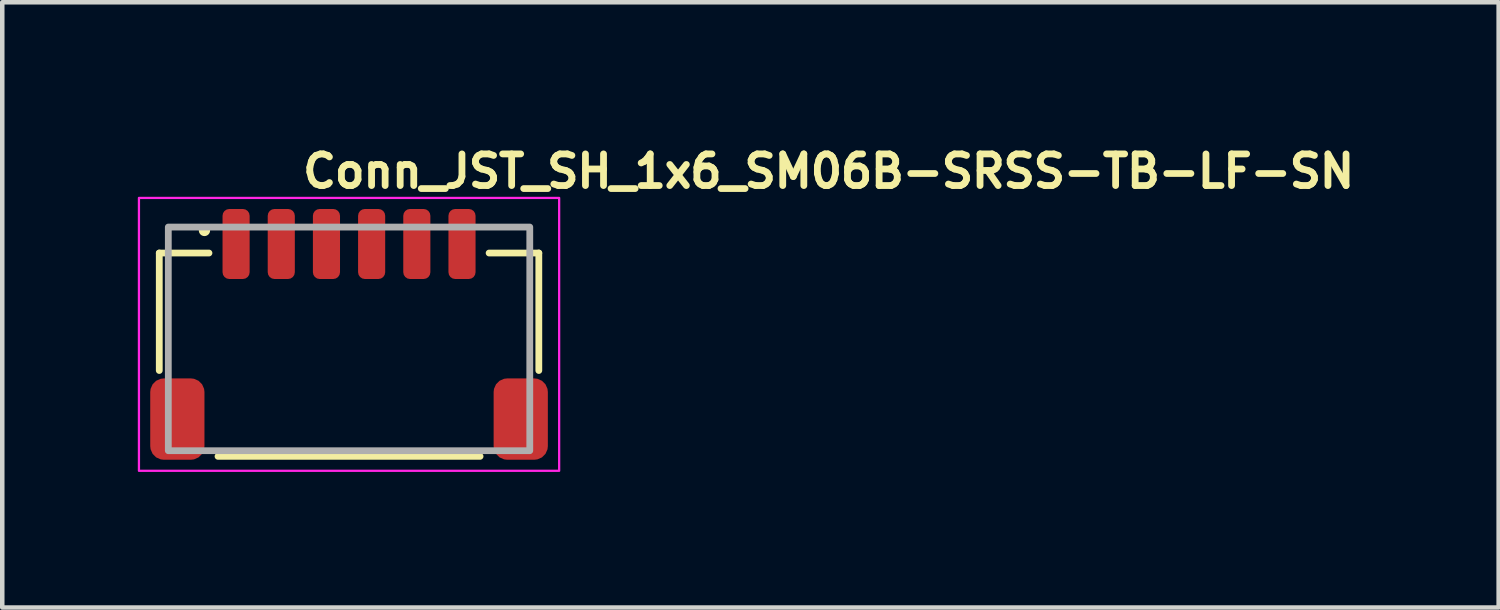
<source format=kicad_pcb>
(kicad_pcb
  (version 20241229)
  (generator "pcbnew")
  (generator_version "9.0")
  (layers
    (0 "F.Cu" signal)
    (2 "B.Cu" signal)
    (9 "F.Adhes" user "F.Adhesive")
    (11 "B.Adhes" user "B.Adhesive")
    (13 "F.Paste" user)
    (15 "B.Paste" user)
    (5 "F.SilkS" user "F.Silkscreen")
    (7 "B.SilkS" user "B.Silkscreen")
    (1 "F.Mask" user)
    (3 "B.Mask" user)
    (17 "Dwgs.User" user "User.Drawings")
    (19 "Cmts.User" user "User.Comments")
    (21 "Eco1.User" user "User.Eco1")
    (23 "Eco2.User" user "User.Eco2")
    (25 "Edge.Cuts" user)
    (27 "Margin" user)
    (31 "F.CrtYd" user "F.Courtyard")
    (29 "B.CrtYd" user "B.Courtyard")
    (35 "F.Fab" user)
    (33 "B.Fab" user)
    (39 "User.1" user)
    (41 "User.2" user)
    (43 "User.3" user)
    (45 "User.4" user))
  (footprint "Conn_JST_SH_1x6_SM06B-SRSS-TB-LF-SN"
    (layer "F.Cu")
    (at 4.675 4.45)
    (property "Reference" "Conn_JST_SH_1x6_SM06B-SRSS-TB-LF-SN" (at -1.1 -3.3 0) (layer "F.SilkS") (effects (font (size 0.7 0.7) (thickness 0.15)) (justify left bottom)))
    (attr smd)
    (fp_line (start -4.2 -1.9) (end -4.2 0.7) (stroke (width 0.15) (type solid)) (layer "F.SilkS"))
    (fp_line (start -3.1 -1.9) (end -4.2 -1.9) (stroke (width 0.15) (type solid)) (layer "F.SilkS"))
    (fp_line (start -2.9 2.6) (end 2.9 2.6) (stroke (width 0.15) (type solid)) (layer "F.SilkS"))
    (fp_line (start 3.1 -1.9) (end 4.2 -1.9) (stroke (width 0.15) (type solid)) (layer "F.SilkS"))
    (fp_line (start 4.2 -1.9) (end 4.2 0.7) (stroke (width 0.15) (type solid)) (layer "F.SilkS"))
    (fp_circle (center -3.2 -2.4) (end -3.15 -2.4) (stroke (width 0.15) (type solid)) (fill yes) (layer "F.SilkS"))
    (fp_rect (start -4.65 -3.12) (end 4.65 2.92) (stroke (width 0.05) (type solid)) (fill no) (layer "F.CrtYd"))
    (fp_rect (start -4 -2.475) (end 4 2.475) (stroke (width 0.15) (type solid)) (fill no) (layer "F.Fab"))
    (fp_rect (start -4 -2.475) (end 4 2.475) (stroke (width 0.1) (type solid)) (fill no) (layer "User.5"))
    (fp_line (start -4 -1.775) (end -4 -1.175) (stroke (width 0.02) (type solid)) (layer "User.9"))
    (fp_line (start -4 -1.175) (end -4 -1.125) (stroke (width 0.02) (type solid)) (layer "User.9"))
    (fp_line (start -4 -1.125) (end -4 -0.525) (stroke (width 0.02) (type solid)) (layer "User.9"))
    (fp_line (start -4 -0.325) (end -4 -0.525) (stroke (width 0.02) (type solid)) (layer "User.9"))
    (fp_line (start -4 -0.325) (end -3.9 -0.275) (stroke (width 0.02) (type solid)) (layer "User.9"))
    (fp_line (start -4 2.475) (end -4 -0.325) (stroke (width 0.02) (type solid)) (layer "User.9"))
    (fp_line (start -3.9 -0.275) (end -3.9 2.475) (stroke (width 0.02) (type solid)) (layer "User.9"))
    (fp_line (start -3.9 2.475) (end -4 2.475) (stroke (width 0.02) (type solid)) (layer "User.9"))
    (fp_line (start -3.7 -1.175) (end -4 -1.175) (stroke (width 0.02) (type solid)) (layer "User.9"))
    (fp_line (start -3.7 -1.125) (end -4 -1.125) (stroke (width 0.02) (type solid)) (layer "User.9"))
    (fp_line (start -3.7 -1.125) (end -3.7 -1.175) (stroke (width 0.02) (type solid)) (layer "User.9"))
    (fp_line (start -3.7 -0.525) (end -4 -0.525) (stroke (width 0.02) (type solid)) (layer "User.9"))
    (fp_line (start -3.7 -0.525) (end -3.7 -1.125) (stroke (width 0.02) (type solid)) (layer "User.9"))
    (fp_line (start -3.7 -0.525) (end -3.7 -0.275) (stroke (width 0.02) (type solid)) (layer "User.9"))
    (fp_line (start -3.7 -0.275) (end -3.9 -0.275) (stroke (width 0.02) (type solid)) (layer "User.9"))
    (fp_line (start -3.5 -1.775) (end -4 -1.775) (stroke (width 0.02) (type solid)) (layer "User.9"))
    (fp_line (start -3.5 -1.775) (end -3.5 -1.175) (stroke (width 0.02) (type solid)) (layer "User.9"))
    (fp_line (start -3.5 -1.775) (end -2.725 -1.775) (stroke (width 0.02) (type solid)) (layer "User.9"))
    (fp_line (start -3.5 -1.175) (end -3.45 -1.175) (stroke (width 0.02) (type solid)) (layer "User.9"))
    (fp_line (start -3.5 -0.275) (end -3.5 -1.175) (stroke (width 0.02) (type solid)) (layer "User.9"))
    (fp_line (start -3.45 -1.175) (end -3.45 -0.275) (stroke (width 0.02) (type solid)) (layer "User.9"))
    (fp_line (start -3.45 -0.275) (end -3.7 -0.275) (stroke (width 0.02) (type solid)) (layer "User.9"))
    (fp_line (start -2.575 -2.475) (end -2.575 -2.475) (stroke (width 0.02) (type solid)) (layer "User.9"))
    (fp_line (start -2.575 -2.475) (end -2.575 -2.474) (stroke (width 0.02) (type solid)) (layer "User.9"))
    (fp_line (start -2.575 -2.475) (end -2.425 -2.475) (stroke (width 0.02) (type solid)) (layer "User.9"))
    (fp_line (start -2.575 -2.475) (end -2.425 -2.475) (stroke (width 0.02) (type solid)) (layer "User.9"))
    (fp_line (start -2.575 -2.474) (end -2.575 -2.472) (stroke (width 0.02) (type solid)) (layer "User.9"))
    (fp_line (start -2.575 -2.472) (end -2.575 -2.47) (stroke (width 0.02) (type solid)) (layer "User.9"))
    (fp_line (start -2.575 -2.47) (end -2.575 -2.467) (stroke (width 0.02) (type solid)) (layer "User.9"))
    (fp_line (start -2.575 -2.467) (end -2.575 -2.464) (stroke (width 0.02) (type solid)) (layer "User.9"))
    (fp_line (start -2.575 -2.464) (end -2.575 -2.46) (stroke (width 0.02) (type solid)) (layer "User.9"))
    (fp_line (start -2.575 -2.46) (end -2.575 -2.456) (stroke (width 0.02) (type solid)) (layer "User.9"))
    (fp_line (start -2.575 -2.456) (end -2.575 -2.452) (stroke (width 0.02) (type solid)) (layer "User.9"))
    (fp_line (start -2.575 -2.452) (end -2.575 -2.447) (stroke (width 0.02) (type solid)) (layer "User.9"))
    (fp_line (start -2.575 -2.447) (end -2.575 -2.442) (stroke (width 0.02) (type solid)) (layer "User.9"))
    (fp_line (start -2.575 -2.442) (end -2.575 -2.436) (stroke (width 0.02) (type solid)) (layer "User.9"))
    (fp_line (start -2.575 -2.436) (end -2.575 -2.431) (stroke (width 0.02) (type solid)) (layer "User.9"))
    (fp_line (start -2.575 -2.431) (end -2.575 -2.425) (stroke (width 0.02) (type solid)) (layer "User.9"))
    (fp_line (start -2.575 -2.425) (end -2.575 -1.999) (stroke (width 0.02) (type solid)) (layer "User.9"))
    (fp_line (start -2.575 -2.425) (end -2.425 -2.425) (stroke (width 0.02) (type solid)) (layer "User.9"))
    (fp_line (start -2.575 -1.999) (end -2.575 -1.625) (stroke (width 0.02) (type solid)) (layer "User.9"))
    (fp_line (start -2.575 -1.999) (end -2.425 -1.999) (stroke (width 0.02) (type solid)) (layer "User.9"))
    (fp_line (start -2.575 -1.625) (end -2.725 -1.775) (stroke (width 0.02) (type solid)) (layer "User.9"))
    (fp_line (start -2.575 -1.625) (end -2.575 -1.175) (stroke (width 0.02) (type solid)) (layer "User.9"))
    (fp_line (start -2.575 -1.175) (end -2.575 -1.625) (stroke (width 0.02) (type solid)) (layer "User.9"))
    (fp_line (start -2.425 -2.475) (end -2.425 -2.475) (stroke (width 0.02) (type solid)) (layer "User.9"))
    (fp_line (start -2.425 -2.475) (end -2.425 -2.474) (stroke (width 0.02) (type solid)) (layer "User.9"))
    (fp_line (start -2.425 -2.474) (end -2.425 -2.472) (stroke (width 0.02) (type solid)) (layer "User.9"))
    (fp_line (start -2.425 -2.472) (end -2.425 -2.47) (stroke (width 0.02) (type solid)) (layer "User.9"))
    (fp_line (start -2.425 -2.47) (end -2.425 -2.467) (stroke (width 0.02) (type solid)) (layer "User.9"))
    (fp_line (start -2.425 -2.467) (end -2.425 -2.464) (stroke (width 0.02) (type solid)) (layer "User.9"))
    (fp_line (start -2.425 -2.464) (end -2.425 -2.46) (stroke (width 0.02) (type solid)) (layer "User.9"))
    (fp_line (start -2.425 -2.46) (end -2.425 -2.456) (stroke (width 0.02) (type solid)) (layer "User.9"))
    (fp_line (start -2.425 -2.456) (end -2.425 -2.452) (stroke (width 0.02) (type solid)) (layer "User.9"))
    (fp_line (start -2.425 -2.452) (end -2.425 -2.447) (stroke (width 0.02) (type solid)) (layer "User.9"))
    (fp_line (start -2.425 -2.447) (end -2.425 -2.442) (stroke (width 0.02) (type solid)) (layer "User.9"))
    (fp_line (start -2.425 -2.442) (end -2.425 -2.436) (stroke (width 0.02) (type solid)) (layer "User.9"))
    (fp_line (start -2.425 -2.436) (end -2.425 -2.431) (stroke (width 0.02) (type solid)) (layer "User.9"))
    (fp_line (start -2.425 -2.431) (end -2.425 -2.425) (stroke (width 0.02) (type solid)) (layer "User.9"))
    (fp_line (start -2.425 -2.425) (end -2.425 -1.999) (stroke (width 0.02) (type solid)) (layer "User.9"))
    (fp_line (start -2.425 -1.999) (end -2.425 -1.625) (stroke (width 0.02) (type solid)) (layer "User.9"))
    (fp_line (start -2.425 -1.625) (end -2.575 -1.625) (stroke (width 0.02) (type solid)) (layer "User.9"))
    (fp_line (start -2.425 -1.625) (end -2.425 -1.175) (stroke (width 0.02) (type solid)) (layer "User.9"))
    (fp_line (start -2.425 -1.175) (end -2.425 -1.625) (stroke (width 0.02) (type solid)) (layer "User.9"))
    (fp_line (start -2.275 -1.775) (end -2.425 -1.625) (stroke (width 0.02) (type solid)) (layer "User.9"))
    (fp_line (start -2.275 -1.775) (end -1.725 -1.775) (stroke (width 0.02) (type solid)) (layer "User.9"))
    (fp_line (start -1.575 -2.475) (end -1.575 -2.475) (stroke (width 0.02) (type solid)) (layer "User.9"))
    (fp_line (start -1.575 -2.475) (end -1.575 -2.474) (stroke (width 0.02) (type solid)) (layer "User.9"))
    (fp_line (start -1.575 -2.475) (end -1.425 -2.475) (stroke (width 0.02) (type solid)) (layer "User.9"))
    (fp_line (start -1.575 -2.475) (end -1.425 -2.475) (stroke (width 0.02) (type solid)) (layer "User.9"))
    (fp_line (start -1.575 -2.474) (end -1.575 -2.472) (stroke (width 0.02) (type solid)) (layer "User.9"))
    (fp_line (start -1.575 -2.472) (end -1.575 -2.47) (stroke (width 0.02) (type solid)) (layer "User.9"))
    (fp_line (start -1.575 -2.47) (end -1.575 -2.467) (stroke (width 0.02) (type solid)) (layer "User.9"))
    (fp_line (start -1.575 -2.467) (end -1.575 -2.464) (stroke (width 0.02) (type solid)) (layer "User.9"))
    (fp_line (start -1.575 -2.464) (end -1.575 -2.46) (stroke (width 0.02) (type solid)) (layer "User.9"))
    (fp_line (start -1.575 -2.46) (end -1.575 -2.456) (stroke (width 0.02) (type solid)) (layer "User.9"))
    (fp_line (start -1.575 -2.456) (end -1.575 -2.452) (stroke (width 0.02) (type solid)) (layer "User.9"))
    (fp_line (start -1.575 -2.452) (end -1.575 -2.447) (stroke (width 0.02) (type solid)) (layer "User.9"))
    (fp_line (start -1.575 -2.447) (end -1.575 -2.442) (stroke (width 0.02) (type solid)) (layer "User.9"))
    (fp_line (start -1.575 -2.442) (end -1.575 -2.436) (stroke (width 0.02) (type solid)) (layer "User.9"))
    (fp_line (start -1.575 -2.436) (end -1.575 -2.431) (stroke (width 0.02) (type solid)) (layer "User.9"))
    (fp_line (start -1.575 -2.431) (end -1.575 -2.425) (stroke (width 0.02) (type solid)) (layer "User.9"))
    (fp_line (start -1.575 -2.425) (end -1.575 -1.999) (stroke (width 0.02) (type solid)) (layer "User.9"))
    (fp_line (start -1.575 -2.425) (end -1.425 -2.425) (stroke (width 0.02) (type solid)) (layer "User.9"))
    (fp_line (start -1.575 -1.999) (end -1.575 -1.625) (stroke (width 0.02) (type solid)) (layer "User.9"))
    (fp_line (start -1.575 -1.999) (end -1.425 -1.999) (stroke (width 0.02) (type solid)) (layer "User.9"))
    (fp_line (start -1.575 -1.625) (end -1.725 -1.775) (stroke (width 0.02) (type solid)) (layer "User.9"))
    (fp_line (start -1.575 -1.625) (end -1.575 -1.175) (stroke (width 0.02) (type solid)) (layer "User.9"))
    (fp_line (start -1.575 -1.175) (end -1.575 -1.625) (stroke (width 0.02) (type solid)) (layer "User.9"))
    (fp_line (start -1.425 -2.475) (end -1.425 -2.475) (stroke (width 0.02) (type solid)) (layer "User.9"))
    (fp_line (start -1.425 -2.475) (end -1.425 -2.474) (stroke (width 0.02) (type solid)) (layer "User.9"))
    (fp_line (start -1.425 -2.474) (end -1.425 -2.472) (stroke (width 0.02) (type solid)) (layer "User.9"))
    (fp_line (start -1.425 -2.472) (end -1.425 -2.47) (stroke (width 0.02) (type solid)) (layer "User.9"))
    (fp_line (start -1.425 -2.47) (end -1.425 -2.467) (stroke (width 0.02) (type solid)) (layer "User.9"))
    (fp_line (start -1.425 -2.467) (end -1.425 -2.464) (stroke (width 0.02) (type solid)) (layer "User.9"))
    (fp_line (start -1.425 -2.464) (end -1.425 -2.46) (stroke (width 0.02) (type solid)) (layer "User.9"))
    (fp_line (start -1.425 -2.46) (end -1.425 -2.456) (stroke (width 0.02) (type solid)) (layer "User.9"))
    (fp_line (start -1.425 -2.456) (end -1.425 -2.452) (stroke (width 0.02) (type solid)) (layer "User.9"))
    (fp_line (start -1.425 -2.452) (end -1.425 -2.447) (stroke (width 0.02) (type solid)) (layer "User.9"))
    (fp_line (start -1.425 -2.447) (end -1.425 -2.442) (stroke (width 0.02) (type solid)) (layer "User.9"))
    (fp_line (start -1.425 -2.442) (end -1.425 -2.436) (stroke (width 0.02) (type solid)) (layer "User.9"))
    (fp_line (start -1.425 -2.436) (end -1.425 -2.431) (stroke (width 0.02) (type solid)) (layer "User.9"))
    (fp_line (start -1.425 -2.431) (end -1.425 -2.425) (stroke (width 0.02) (type solid)) (layer "User.9"))
    (fp_line (start -1.425 -2.425) (end -1.425 -1.999) (stroke (width 0.02) (type solid)) (layer "User.9"))
    (fp_line (start -1.425 -1.999) (end -1.425 -1.625) (stroke (width 0.02) (type solid)) (layer "User.9"))
    (fp_line (start -1.425 -1.625) (end -1.575 -1.625) (stroke (width 0.02) (type solid)) (layer "User.9"))
    (fp_line (start -1.425 -1.625) (end -1.425 -1.175) (stroke (width 0.02) (type solid)) (layer "User.9"))
    (fp_line (start -1.425 -1.175) (end -1.425 -1.625) (stroke (width 0.02) (type solid)) (layer "User.9"))
    (fp_line (start -1.275 -1.775) (end -1.425 -1.625) (stroke (width 0.02) (type solid)) (layer "User.9"))
    (fp_line (start -1.275 -1.775) (end -0.725 -1.775) (stroke (width 0.02) (type solid)) (layer "User.9"))
    (fp_line (start -0.725 -1.775) (end -0.575 -1.625) (stroke (width 0.02) (type solid)) (layer "User.9"))
    (fp_line (start -0.575 -2.475) (end -0.575 -2.475) (stroke (width 0.02) (type solid)) (layer "User.9"))
    (fp_line (start -0.575 -2.475) (end -0.575 -2.474) (stroke (width 0.02) (type solid)) (layer "User.9"))
    (fp_line (start -0.575 -2.475) (end -0.425 -2.475) (stroke (width 0.02) (type solid)) (layer "User.9"))
    (fp_line (start -0.575 -2.475) (end -0.425 -2.475) (stroke (width 0.02) (type solid)) (layer "User.9"))
    (fp_line (start -0.575 -2.474) (end -0.575 -2.472) (stroke (width 0.02) (type solid)) (layer "User.9"))
    (fp_line (start -0.575 -2.472) (end -0.575 -2.47) (stroke (width 0.02) (type solid)) (layer "User.9"))
    (fp_line (start -0.575 -2.47) (end -0.575 -2.467) (stroke (width 0.02) (type solid)) (layer "User.9"))
    (fp_line (start -0.575 -2.467) (end -0.575 -2.464) (stroke (width 0.02) (type solid)) (layer "User.9"))
    (fp_line (start -0.575 -2.464) (end -0.575 -2.46) (stroke (width 0.02) (type solid)) (layer "User.9"))
    (fp_line (start -0.575 -2.46) (end -0.575 -2.456) (stroke (width 0.02) (type solid)) (layer "User.9"))
    (fp_line (start -0.575 -2.456) (end -0.575 -2.452) (stroke (width 0.02) (type solid)) (layer "User.9"))
    (fp_line (start -0.575 -2.452) (end -0.575 -2.447) (stroke (width 0.02) (type solid)) (layer "User.9"))
    (fp_line (start -0.575 -2.447) (end -0.575 -2.442) (stroke (width 0.02) (type solid)) (layer "User.9"))
    (fp_line (start -0.575 -2.442) (end -0.575 -2.436) (stroke (width 0.02) (type solid)) (layer "User.9"))
    (fp_line (start -0.575 -2.436) (end -0.575 -2.431) (stroke (width 0.02) (type solid)) (layer "User.9"))
    (fp_line (start -0.575 -2.431) (end -0.575 -2.425) (stroke (width 0.02) (type solid)) (layer "User.9"))
    (fp_line (start -0.575 -2.425) (end -0.575 -1.999) (stroke (width 0.02) (type solid)) (layer "User.9"))
    (fp_line (start -0.575 -2.425) (end -0.425 -2.425) (stroke (width 0.02) (type solid)) (layer "User.9"))
    (fp_line (start -0.575 -1.999) (end -0.575 -1.625) (stroke (width 0.02) (type solid)) (layer "User.9"))
    (fp_line (start -0.575 -1.999) (end -0.425 -1.999) (stroke (width 0.02) (type solid)) (layer "User.9"))
    (fp_line (start -0.575 -1.625) (end -0.575 -1.175) (stroke (width 0.02) (type solid)) (layer "User.9"))
    (fp_line (start -0.575 -1.625) (end -0.575 -1.175) (stroke (width 0.02) (type solid)) (layer "User.9"))
    (fp_line (start -0.425 -2.475) (end -0.425 -2.475) (stroke (width 0.02) (type solid)) (layer "User.9"))
    (fp_line (start -0.425 -2.475) (end -0.425 -2.474) (stroke (width 0.02) (type solid)) (layer "User.9"))
    (fp_line (start -0.425 -2.474) (end -0.425 -2.472) (stroke (width 0.02) (type solid)) (layer "User.9"))
    (fp_line (start -0.425 -2.472) (end -0.425 -2.47) (stroke (width 0.02) (type solid)) (layer "User.9"))
    (fp_line (start -0.425 -2.47) (end -0.425 -2.467) (stroke (width 0.02) (type solid)) (layer "User.9"))
    (fp_line (start -0.425 -2.467) (end -0.425 -2.464) (stroke (width 0.02) (type solid)) (layer "User.9"))
    (fp_line (start -0.425 -2.464) (end -0.425 -2.46) (stroke (width 0.02) (type solid)) (layer "User.9"))
    (fp_line (start -0.425 -2.46) (end -0.425 -2.456) (stroke (width 0.02) (type solid)) (layer "User.9"))
    (fp_line (start -0.425 -2.456) (end -0.425 -2.452) (stroke (width 0.02) (type solid)) (layer "User.9"))
    (fp_line (start -0.425 -2.452) (end -0.425 -2.447) (stroke (width 0.02) (type solid)) (layer "User.9"))
    (fp_line (start -0.425 -2.447) (end -0.425 -2.442) (stroke (width 0.02) (type solid)) (layer "User.9"))
    (fp_line (start -0.425 -2.442) (end -0.425 -2.436) (stroke (width 0.02) (type solid)) (layer "User.9"))
    (fp_line (start -0.425 -2.436) (end -0.425 -2.431) (stroke (width 0.02) (type solid)) (layer "User.9"))
    (fp_line (start -0.425 -2.431) (end -0.425 -2.425) (stroke (width 0.02) (type solid)) (layer "User.9"))
    (fp_line (start -0.425 -2.425) (end -0.425 -1.999) (stroke (width 0.02) (type solid)) (layer "User.9"))
    (fp_line (start -0.425 -1.999) (end -0.425 -1.625) (stroke (width 0.02) (type solid)) (layer "User.9"))
    (fp_line (start -0.425 -1.625) (end -0.575 -1.625) (stroke (width 0.02) (type solid)) (layer "User.9"))
    (fp_line (start -0.425 -1.625) (end -0.275 -1.775) (stroke (width 0.02) (type solid)) (layer "User.9"))
    (fp_line (start -0.425 -1.175) (end -0.425 -1.625) (stroke (width 0.02) (type solid)) (layer "User.9"))
    (fp_line (start -0.425 -1.175) (end -0.425 -1.625) (stroke (width 0.02) (type solid)) (layer "User.9"))
    (fp_line (start -0.275 -1.775) (end 0.275 -1.775) (stroke (width 0.02) (type solid)) (layer "User.9"))
    (fp_line (start 0.275 -1.775) (end 0.425 -1.625) (stroke (width 0.02) (type solid)) (layer "User.9"))
    (fp_line (start 0.425 -2.475) (end 0.425 -2.475) (stroke (width 0.02) (type solid)) (layer "User.9"))
    (fp_line (start 0.425 -2.475) (end 0.425 -2.474) (stroke (width 0.02) (type solid)) (layer "User.9"))
    (fp_line (start 0.425 -2.475) (end 0.575 -2.475) (stroke (width 0.02) (type solid)) (layer "User.9"))
    (fp_line (start 0.425 -2.475) (end 0.575 -2.475) (stroke (width 0.02) (type solid)) (layer "User.9"))
    (fp_line (start 0.425 -2.474) (end 0.425 -2.472) (stroke (width 0.02) (type solid)) (layer "User.9"))
    (fp_line (start 0.425 -2.472) (end 0.425 -2.47) (stroke (width 0.02) (type solid)) (layer "User.9"))
    (fp_line (start 0.425 -2.47) (end 0.425 -2.467) (stroke (width 0.02) (type solid)) (layer "User.9"))
    (fp_line (start 0.425 -2.467) (end 0.425 -2.464) (stroke (width 0.02) (type solid)) (layer "User.9"))
    (fp_line (start 0.425 -2.464) (end 0.425 -2.46) (stroke (width 0.02) (type solid)) (layer "User.9"))
    (fp_line (start 0.425 -2.46) (end 0.425 -2.456) (stroke (width 0.02) (type solid)) (layer "User.9"))
    (fp_line (start 0.425 -2.456) (end 0.425 -2.452) (stroke (width 0.02) (type solid)) (layer "User.9"))
    (fp_line (start 0.425 -2.452) (end 0.425 -2.447) (stroke (width 0.02) (type solid)) (layer "User.9"))
    (fp_line (start 0.425 -2.447) (end 0.425 -2.442) (stroke (width 0.02) (type solid)) (layer "User.9"))
    (fp_line (start 0.425 -2.442) (end 0.425 -2.436) (stroke (width 0.02) (type solid)) (layer "User.9"))
    (fp_line (start 0.425 -2.436) (end 0.425 -2.431) (stroke (width 0.02) (type solid)) (layer "User.9"))
    (fp_line (start 0.425 -2.431) (end 0.425 -2.425) (stroke (width 0.02) (type solid)) (layer "User.9"))
    (fp_line (start 0.425 -2.425) (end 0.425 -1.999) (stroke (width 0.02) (type solid)) (layer "User.9"))
    (fp_line (start 0.425 -2.425) (end 0.575 -2.425) (stroke (width 0.02) (type solid)) (layer "User.9"))
    (fp_line (start 0.425 -1.999) (end 0.425 -1.625) (stroke (width 0.02) (type solid)) (layer "User.9"))
    (fp_line (start 0.425 -1.999) (end 0.575 -1.999) (stroke (width 0.02) (type solid)) (layer "User.9"))
    (fp_line (start 0.425 -1.625) (end 0.425 -1.175) (stroke (width 0.02) (type solid)) (layer "User.9"))
    (fp_line (start 0.425 -1.625) (end 0.425 -1.175) (stroke (width 0.02) (type solid)) (layer "User.9"))
    (fp_line (start 0.575 -2.475) (end 0.575 -2.475) (stroke (width 0.02) (type solid)) (layer "User.9"))
    (fp_line (start 0.575 -2.475) (end 0.575 -2.474) (stroke (width 0.02) (type solid)) (layer "User.9"))
    (fp_line (start 0.575 -2.474) (end 0.575 -2.472) (stroke (width 0.02) (type solid)) (layer "User.9"))
    (fp_line (start 0.575 -2.472) (end 0.575 -2.47) (stroke (width 0.02) (type solid)) (layer "User.9"))
    (fp_line (start 0.575 -2.47) (end 0.575 -2.467) (stroke (width 0.02) (type solid)) (layer "User.9"))
    (fp_line (start 0.575 -2.467) (end 0.575 -2.464) (stroke (width 0.02) (type solid)) (layer "User.9"))
    (fp_line (start 0.575 -2.464) (end 0.575 -2.46) (stroke (width 0.02) (type solid)) (layer "User.9"))
    (fp_line (start 0.575 -2.46) (end 0.575 -2.456) (stroke (width 0.02) (type solid)) (layer "User.9"))
    (fp_line (start 0.575 -2.456) (end 0.575 -2.452) (stroke (width 0.02) (type solid)) (layer "User.9"))
    (fp_line (start 0.575 -2.452) (end 0.575 -2.447) (stroke (width 0.02) (type solid)) (layer "User.9"))
    (fp_line (start 0.575 -2.447) (end 0.575 -2.442) (stroke (width 0.02) (type solid)) (layer "User.9"))
    (fp_line (start 0.575 -2.442) (end 0.575 -2.436) (stroke (width 0.02) (type solid)) (layer "User.9"))
    (fp_line (start 0.575 -2.436) (end 0.575 -2.431) (stroke (width 0.02) (type solid)) (layer "User.9"))
    (fp_line (start 0.575 -2.431) (end 0.575 -2.425) (stroke (width 0.02) (type solid)) (layer "User.9"))
    (fp_line (start 0.575 -2.425) (end 0.575 -1.999) (stroke (width 0.02) (type solid)) (layer "User.9"))
    (fp_line (start 0.575 -1.999) (end 0.575 -1.625) (stroke (width 0.02) (type solid)) (layer "User.9"))
    (fp_line (start 0.575 -1.625) (end 0.425 -1.625) (stroke (width 0.02) (type solid)) (layer "User.9"))
    (fp_line (start 0.575 -1.625) (end 0.725 -1.775) (stroke (width 0.02) (type solid)) (layer "User.9"))
    (fp_line (start 0.575 -1.175) (end 0.575 -1.625) (stroke (width 0.02) (type solid)) (layer "User.9"))
    (fp_line (start 0.575 -1.175) (end 0.575 -1.625) (stroke (width 0.02) (type solid)) (layer "User.9"))
    (fp_line (start 0.725 -1.775) (end 1.275 -1.775) (stroke (width 0.02) (type solid)) (layer "User.9"))
    (fp_line (start 1.425 -2.475) (end 1.425 -2.475) (stroke (width 0.02) (type solid)) (layer "User.9"))
    (fp_line (start 1.425 -2.475) (end 1.425 -2.474) (stroke (width 0.02) (type solid)) (layer "User.9"))
    (fp_line (start 1.425 -2.475) (end 1.575 -2.475) (stroke (width 0.02) (type solid)) (layer "User.9"))
    (fp_line (start 1.425 -2.475) (end 1.575 -2.475) (stroke (width 0.02) (type solid)) (layer "User.9"))
    (fp_line (start 1.425 -2.474) (end 1.425 -2.472) (stroke (width 0.02) (type solid)) (layer "User.9"))
    (fp_line (start 1.425 -2.472) (end 1.425 -2.47) (stroke (width 0.02) (type solid)) (layer "User.9"))
    (fp_line (start 1.425 -2.47) (end 1.425 -2.467) (stroke (width 0.02) (type solid)) (layer "User.9"))
    (fp_line (start 1.425 -2.467) (end 1.425 -2.464) (stroke (width 0.02) (type solid)) (layer "User.9"))
    (fp_line (start 1.425 -2.464) (end 1.425 -2.46) (stroke (width 0.02) (type solid)) (layer "User.9"))
    (fp_line (start 1.425 -2.46) (end 1.425 -2.456) (stroke (width 0.02) (type solid)) (layer "User.9"))
    (fp_line (start 1.425 -2.456) (end 1.425 -2.452) (stroke (width 0.02) (type solid)) (layer "User.9"))
    (fp_line (start 1.425 -2.452) (end 1.425 -2.447) (stroke (width 0.02) (type solid)) (layer "User.9"))
    (fp_line (start 1.425 -2.447) (end 1.425 -2.442) (stroke (width 0.02) (type solid)) (layer "User.9"))
    (fp_line (start 1.425 -2.442) (end 1.425 -2.436) (stroke (width 0.02) (type solid)) (layer "User.9"))
    (fp_line (start 1.425 -2.436) (end 1.425 -2.431) (stroke (width 0.02) (type solid)) (layer "User.9"))
    (fp_line (start 1.425 -2.431) (end 1.425 -2.425) (stroke (width 0.02) (type solid)) (layer "User.9"))
    (fp_line (start 1.425 -2.425) (end 1.425 -1.999) (stroke (width 0.02) (type solid)) (layer "User.9"))
    (fp_line (start 1.425 -2.425) (end 1.575 -2.425) (stroke (width 0.02) (type solid)) (layer "User.9"))
    (fp_line (start 1.425 -1.999) (end 1.425 -1.625) (stroke (width 0.02) (type solid)) (layer "User.9"))
    (fp_line (start 1.425 -1.999) (end 1.575 -1.999) (stroke (width 0.02) (type solid)) (layer "User.9"))
    (fp_line (start 1.425 -1.625) (end 1.275 -1.775) (stroke (width 0.02) (type solid)) (layer "User.9"))
    (fp_line (start 1.425 -1.625) (end 1.425 -1.175) (stroke (width 0.02) (type solid)) (layer "User.9"))
    (fp_line (start 1.425 -1.175) (end 1.425 -1.625) (stroke (width 0.02) (type solid)) (layer "User.9"))
    (fp_line (start 1.575 -2.475) (end 1.575 -2.475) (stroke (width 0.02) (type solid)) (layer "User.9"))
    (fp_line (start 1.575 -2.475) (end 1.575 -2.474) (stroke (width 0.02) (type solid)) (layer "User.9"))
    (fp_line (start 1.575 -2.474) (end 1.575 -2.472) (stroke (width 0.02) (type solid)) (layer "User.9"))
    (fp_line (start 1.575 -2.472) (end 1.575 -2.47) (stroke (width 0.02) (type solid)) (layer "User.9"))
    (fp_line (start 1.575 -2.47) (end 1.575 -2.467) (stroke (width 0.02) (type solid)) (layer "User.9"))
    (fp_line (start 1.575 -2.467) (end 1.575 -2.464) (stroke (width 0.02) (type solid)) (layer "User.9"))
    (fp_line (start 1.575 -2.464) (end 1.575 -2.46) (stroke (width 0.02) (type solid)) (layer "User.9"))
    (fp_line (start 1.575 -2.46) (end 1.575 -2.456) (stroke (width 0.02) (type solid)) (layer "User.9"))
    (fp_line (start 1.575 -2.456) (end 1.575 -2.452) (stroke (width 0.02) (type solid)) (layer "User.9"))
    (fp_line (start 1.575 -2.452) (end 1.575 -2.447) (stroke (width 0.02) (type solid)) (layer "User.9"))
    (fp_line (start 1.575 -2.447) (end 1.575 -2.442) (stroke (width 0.02) (type solid)) (layer "User.9"))
    (fp_line (start 1.575 -2.442) (end 1.575 -2.436) (stroke (width 0.02) (type solid)) (layer "User.9"))
    (fp_line (start 1.575 -2.436) (end 1.575 -2.431) (stroke (width 0.02) (type solid)) (layer "User.9"))
    (fp_line (start 1.575 -2.431) (end 1.575 -2.425) (stroke (width 0.02) (type solid)) (layer "User.9"))
    (fp_line (start 1.575 -2.425) (end 1.575 -1.999) (stroke (width 0.02) (type solid)) (layer "User.9"))
    (fp_line (start 1.575 -1.999) (end 1.575 -1.625) (stroke (width 0.02) (type solid)) (layer "User.9"))
    (fp_line (start 1.575 -1.625) (end 1.425 -1.625) (stroke (width 0.02) (type solid)) (layer "User.9"))
    (fp_line (start 1.575 -1.625) (end 1.575 -1.175) (stroke (width 0.02) (type solid)) (layer "User.9"))
    (fp_line (start 1.575 -1.175) (end 1.575 -1.625) (stroke (width 0.02) (type solid)) (layer "User.9"))
    (fp_line (start 1.725 -1.775) (end 1.575 -1.625) (stroke (width 0.02) (type solid)) (layer "User.9"))
    (fp_line (start 1.725 -1.775) (end 2.275 -1.775) (stroke (width 0.02) (type solid)) (layer "User.9"))
    (fp_line (start 2.425 -2.475) (end 2.425 -2.475) (stroke (width 0.02) (type solid)) (layer "User.9"))
    (fp_line (start 2.425 -2.475) (end 2.425 -2.474) (stroke (width 0.02) (type solid)) (layer "User.9"))
    (fp_line (start 2.425 -2.475) (end 2.575 -2.475) (stroke (width 0.02) (type solid)) (layer "User.9"))
    (fp_line (start 2.425 -2.475) (end 2.575 -2.475) (stroke (width 0.02) (type solid)) (layer "User.9"))
    (fp_line (start 2.425 -2.474) (end 2.425 -2.472) (stroke (width 0.02) (type solid)) (layer "User.9"))
    (fp_line (start 2.425 -2.472) (end 2.425 -2.47) (stroke (width 0.02) (type solid)) (layer "User.9"))
    (fp_line (start 2.425 -2.47) (end 2.425 -2.467) (stroke (width 0.02) (type solid)) (layer "User.9"))
    (fp_line (start 2.425 -2.467) (end 2.425 -2.464) (stroke (width 0.02) (type solid)) (layer "User.9"))
    (fp_line (start 2.425 -2.464) (end 2.425 -2.46) (stroke (width 0.02) (type solid)) (layer "User.9"))
    (fp_line (start 2.425 -2.46) (end 2.425 -2.456) (stroke (width 0.02) (type solid)) (layer "User.9"))
    (fp_line (start 2.425 -2.456) (end 2.425 -2.452) (stroke (width 0.02) (type solid)) (layer "User.9"))
    (fp_line (start 2.425 -2.452) (end 2.425 -2.447) (stroke (width 0.02) (type solid)) (layer "User.9"))
    (fp_line (start 2.425 -2.447) (end 2.425 -2.442) (stroke (width 0.02) (type solid)) (layer "User.9"))
    (fp_line (start 2.425 -2.442) (end 2.425 -2.436) (stroke (width 0.02) (type solid)) (layer "User.9"))
    (fp_line (start 2.425 -2.436) (end 2.425 -2.431) (stroke (width 0.02) (type solid)) (layer "User.9"))
    (fp_line (start 2.425 -2.431) (end 2.425 -2.425) (stroke (width 0.02) (type solid)) (layer "User.9"))
    (fp_line (start 2.425 -2.425) (end 2.425 -1.999) (stroke (width 0.02) (type solid)) (layer "User.9"))
    (fp_line (start 2.425 -2.425) (end 2.575 -2.425) (stroke (width 0.02) (type solid)) (layer "User.9"))
    (fp_line (start 2.425 -1.999) (end 2.425 -1.625) (stroke (width 0.02) (type solid)) (layer "User.9"))
    (fp_line (start 2.425 -1.999) (end 2.575 -1.999) (stroke (width 0.02) (type solid)) (layer "User.9"))
    (fp_line (start 2.425 -1.625) (end 2.275 -1.775) (stroke (width 0.02) (type solid)) (layer "User.9"))
    (fp_line (start 2.425 -1.625) (end 2.425 -1.175) (stroke (width 0.02) (type solid)) (layer "User.9"))
    (fp_line (start 2.425 -1.175) (end 2.425 -1.625) (stroke (width 0.02) (type solid)) (layer "User.9"))
    (fp_line (start 2.575 -2.475) (end 2.575 -2.475) (stroke (width 0.02) (type solid)) (layer "User.9"))
    (fp_line (start 2.575 -2.475) (end 2.575 -2.474) (stroke (width 0.02) (type solid)) (layer "User.9"))
    (fp_line (start 2.575 -2.474) (end 2.575 -2.472) (stroke (width 0.02) (type solid)) (layer "User.9"))
    (fp_line (start 2.575 -2.472) (end 2.575 -2.47) (stroke (width 0.02) (type solid)) (layer "User.9"))
    (fp_line (start 2.575 -2.47) (end 2.575 -2.467) (stroke (width 0.02) (type solid)) (layer "User.9"))
    (fp_line (start 2.575 -2.467) (end 2.575 -2.464) (stroke (width 0.02) (type solid)) (layer "User.9"))
    (fp_line (start 2.575 -2.464) (end 2.575 -2.46) (stroke (width 0.02) (type solid)) (layer "User.9"))
    (fp_line (start 2.575 -2.46) (end 2.575 -2.456) (stroke (width 0.02) (type solid)) (layer "User.9"))
    (fp_line (start 2.575 -2.456) (end 2.575 -2.452) (stroke (width 0.02) (type solid)) (layer "User.9"))
    (fp_line (start 2.575 -2.452) (end 2.575 -2.447) (stroke (width 0.02) (type solid)) (layer "User.9"))
    (fp_line (start 2.575 -2.447) (end 2.575 -2.442) (stroke (width 0.02) (type solid)) (layer "User.9"))
    (fp_line (start 2.575 -2.442) (end 2.575 -2.436) (stroke (width 0.02) (type solid)) (layer "User.9"))
    (fp_line (start 2.575 -2.436) (end 2.575 -2.431) (stroke (width 0.02) (type solid)) (layer "User.9"))
    (fp_line (start 2.575 -2.431) (end 2.575 -2.425) (stroke (width 0.02) (type solid)) (layer "User.9"))
    (fp_line (start 2.575 -2.425) (end 2.575 -1.999) (stroke (width 0.02) (type solid)) (layer "User.9"))
    (fp_line (start 2.575 -1.999) (end 2.575 -1.625) (stroke (width 0.02) (type solid)) (layer "User.9"))
    (fp_line (start 2.575 -1.625) (end 2.425 -1.625) (stroke (width 0.02) (type solid)) (layer "User.9"))
    (fp_line (start 2.575 -1.625) (end 2.575 -1.175) (stroke (width 0.02) (type solid)) (layer "User.9"))
    (fp_line (start 2.575 -1.175) (end 2.575 -1.625) (stroke (width 0.02) (type solid)) (layer "User.9"))
    (fp_line (start 2.725 -1.775) (end 2.575 -1.625) (stroke (width 0.02) (type solid)) (layer "User.9"))
    (fp_line (start 2.725 -1.775) (end 3.5 -1.775) (stroke (width 0.02) (type solid)) (layer "User.9"))
    (fp_line (start 3.45 -1.175) (end -3.45 -1.175) (stroke (width 0.02) (type solid)) (layer "User.9"))
    (fp_line (start 3.45 -1.175) (end 3.5 -1.175) (stroke (width 0.02) (type solid)) (layer "User.9"))
    (fp_line (start 3.45 -0.275) (end 3.45 -1.175) (stroke (width 0.02) (type solid)) (layer "User.9"))
    (fp_line (start 3.45 -0.275) (end 3.7 -0.275) (stroke (width 0.02) (type solid)) (layer "User.9"))
    (fp_line (start 3.5 -1.775) (end 4 -1.775) (stroke (width 0.02) (type solid)) (layer "User.9"))
    (fp_line (start 3.5 -1.175) (end 3.5 -1.775) (stroke (width 0.02) (type solid)) (layer "User.9"))
    (fp_line (start 3.5 -1.175) (end 3.5 -0.275) (stroke (width 0.02) (type solid)) (layer "User.9"))
    (fp_line (start 3.7 -1.175) (end 4 -1.175) (stroke (width 0.02) (type solid)) (layer "User.9"))
    (fp_line (start 3.7 -1.125) (end 3.7 -1.175) (stroke (width 0.02) (type solid)) (layer "User.9"))
    (fp_line (start 3.7 -1.125) (end 4 -1.125) (stroke (width 0.02) (type solid)) (layer "User.9"))
    (fp_line (start 3.7 -0.525) (end 3.7 -1.125) (stroke (width 0.02) (type solid)) (layer "User.9"))
    (fp_line (start 3.7 -0.525) (end 3.7 -0.275) (stroke (width 0.02) (type solid)) (layer "User.9"))
    (fp_line (start 3.7 -0.525) (end 4 -0.525) (stroke (width 0.02) (type solid)) (layer "User.9"))
    (fp_line (start 3.7 -0.275) (end 3.9 -0.275) (stroke (width 0.02) (type solid)) (layer "User.9"))
    (fp_line (start 3.9 -0.275) (end 4 -0.325) (stroke (width 0.02) (type solid)) (layer "User.9"))
    (fp_line (start 3.9 2.475) (end -3.9 2.475) (stroke (width 0.02) (type solid)) (layer "User.9"))
    (fp_line (start 3.9 2.475) (end 3.9 -0.275) (stroke (width 0.02) (type solid)) (layer "User.9"))
    (fp_line (start 4 -1.775) (end 4 -1.175) (stroke (width 0.02) (type solid)) (layer "User.9"))
    (fp_line (start 4 -1.175) (end 4 -1.125) (stroke (width 0.02) (type solid)) (layer "User.9"))
    (fp_line (start 4 -1.125) (end 4 -0.525) (stroke (width 0.02) (type solid)) (layer "User.9"))
    (fp_line (start 4 -0.325) (end 4 -0.525) (stroke (width 0.02) (type solid)) (layer "User.9"))
    (fp_line (start 4 -0.325) (end 4 2.475) (stroke (width 0.02) (type solid)) (layer "User.9"))
    (fp_line (start 4 2.475) (end 3.9 2.475) (stroke (width 0.02) (type solid)) (layer "User.9"))
    (pad "1" smd roundrect (at -2.5 -2.1 180) (size 0.6 1.55) (layers "F.Cu" "F.Mask" "F.Paste") (roundrect_rratio 0.25))
    (pad "2" smd roundrect (at -1.5 -2.1 180) (size 0.6 1.55) (layers "F.Cu" "F.Mask" "F.Paste") (roundrect_rratio 0.25))
    (pad "3" smd roundrect (at -0.5 -2.1 180) (size 0.6 1.55) (layers "F.Cu" "F.Mask" "F.Paste") (roundrect_rratio 0.25))
    (pad "4" smd roundrect (at 0.5 -2.1 180) (size 0.6 1.55) (layers "F.Cu" "F.Mask" "F.Paste") (roundrect_rratio 0.25))
    (pad "5" smd roundrect (at 1.5 -2.1 180) (size 0.6 1.55) (layers "F.Cu" "F.Mask" "F.Paste") (roundrect_rratio 0.25))
    (pad "6" smd roundrect (at 2.5 -2.1 180) (size 0.6 1.55) (layers "F.Cu" "F.Mask" "F.Paste") (roundrect_rratio 0.25))
    (pad "MP" smd roundrect (at -3.8 1.775) (size 1.2 1.8) (layers "F.Cu" "F.Mask" "F.Paste") (roundrect_rratio 0.25))
    (pad "MP" smd roundrect (at 3.8 1.775) (size 1.2 1.8) (layers "F.Cu" "F.Mask" "F.Paste") (roundrect_rratio 0.25)))
  (gr_rect
    (start -3 -3)
    (end 30.118 10.395)
    (stroke (width 0.1) (type default))
    (fill no)
    (layer "Edge.Cuts")))
</source>
